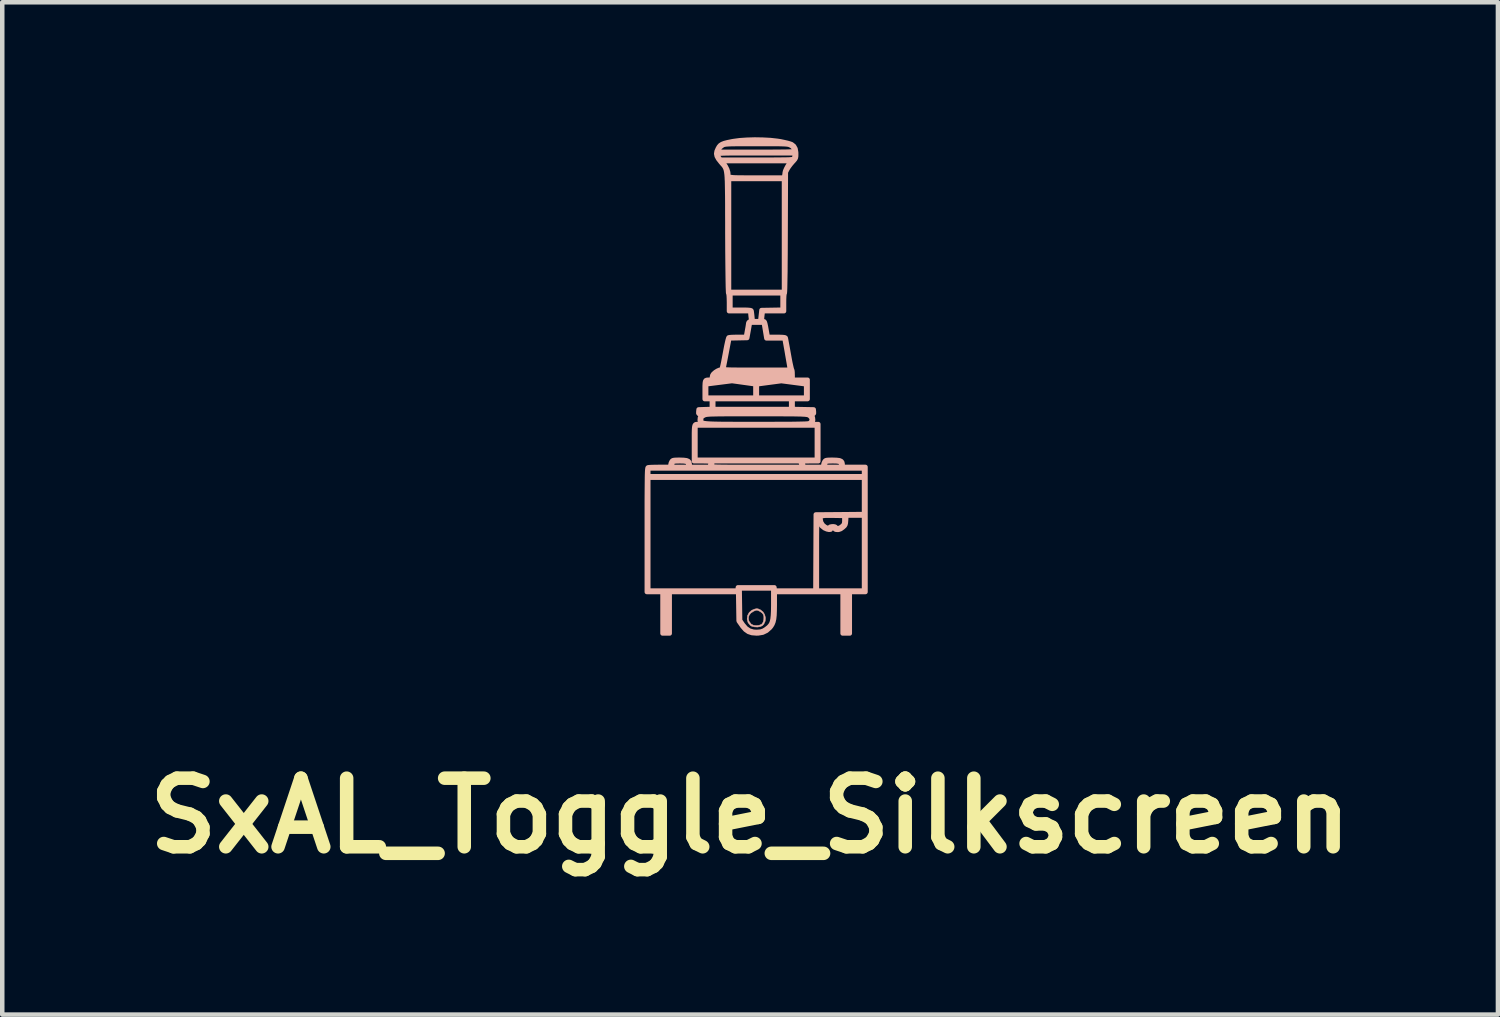
<source format=kicad_pcb>
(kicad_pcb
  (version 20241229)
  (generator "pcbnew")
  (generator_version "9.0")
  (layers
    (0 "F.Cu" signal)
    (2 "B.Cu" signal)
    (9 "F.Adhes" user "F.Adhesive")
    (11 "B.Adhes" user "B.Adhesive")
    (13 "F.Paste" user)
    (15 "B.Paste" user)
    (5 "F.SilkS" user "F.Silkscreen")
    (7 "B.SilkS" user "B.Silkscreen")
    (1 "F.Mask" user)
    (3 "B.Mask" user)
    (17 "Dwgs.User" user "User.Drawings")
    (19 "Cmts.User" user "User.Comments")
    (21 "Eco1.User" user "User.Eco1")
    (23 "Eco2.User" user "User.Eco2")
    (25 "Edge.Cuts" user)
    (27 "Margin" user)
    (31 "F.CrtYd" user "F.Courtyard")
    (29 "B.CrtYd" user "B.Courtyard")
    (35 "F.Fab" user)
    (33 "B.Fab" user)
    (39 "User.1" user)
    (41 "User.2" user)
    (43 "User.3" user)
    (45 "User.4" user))
  (footprint "SxAL_Toggle_Silkscreen"
    (layer "F.Cu")
    (at 13.614 5.673)
    (property "Reference" "SxAL_Toggle_Silkscreen" (at 0 9.4 0) (layer "F.SilkS") (effects (font (size 1.524 1.524) (thickness 0.3))))
    (attr through_hole board_only exclude_from_pos_files exclude_from_bom)
    (fp_poly (pts (xy 0.18 4.804) (xy 0.226 4.824) (xy 0.229 4.825) (xy 0.287 4.871) (xy 0.325 4.933) (xy 0.342 5.004) (xy 0.336 5.076) (xy 0.306 5.141) (xy 0.274 5.176) (xy 0.227 5.198) (xy 0.163 5.208) (xy 0.095 5.204) (xy 0.035 5.188) (xy 0.006 5.171) (xy -0.044 5.11) (xy -0.065 5.037) (xy -0.063 5.015) (xy -0.038 5.015) (xy -0.024 5.078) (xy 0.02 5.137) (xy 0.03 5.146) (xy 0.076 5.168) (xy 0.137 5.175) (xy 0.2 5.169) (xy 0.251 5.149) (xy 0.26 5.143) (xy 0.289 5.101) (xy 0.305 5.041) (xy 0.306 4.977) (xy 0.296 4.934) (xy 0.269 4.896) (xy 0.222 4.862) (xy 0.214 4.858) (xy 0.174 4.839) (xy 0.146 4.833) (xy 0.116 4.841) (xy 0.08 4.856) (xy 0.015 4.898) (xy -0.025 4.953) (xy -0.038 5.015) (xy -0.063 5.015) (xy -0.057 4.959) (xy -0.056 4.953) (xy -0.019 4.884) (xy 0.039 4.835) (xy 0.103 4.808) (xy 0.144 4.8) (xy 0.18 4.804)) (stroke (width 0.01) (type solid)) (fill yes) (layer "B.SilkS"))
    (fp_poly (pts (xy 0.281 -5.62) (xy 0.45 -5.611) (xy 0.603 -5.594) (xy 0.675 -5.583) (xy 0.755 -5.566) (xy 0.829 -5.549) (xy 0.888 -5.532) (xy 0.924 -5.519) (xy 0.924 -5.519) (xy 0.976 -5.478) (xy 1.009 -5.419) (xy 1.023 -5.338) (xy 1.024 -5.302) (xy 1.023 -5.25) (xy 1.016 -5.214) (xy 0.999 -5.183) (xy 0.967 -5.145) (xy 0.946 -5.123) (xy 0.9 -5.069) (xy 0.857 -5.011) (xy 0.831 -4.969) (xy 0.794 -4.897) (xy 0.789 -3.552) (xy 0.788 -3.298) (xy 0.787 -3.069) (xy 0.785 -2.864) (xy 0.784 -2.686) (xy 0.781 -2.534) (xy 0.779 -2.41) (xy 0.777 -2.315) (xy 0.774 -2.249) (xy 0.771 -2.213) (xy 0.769 -2.207) (xy 0.763 -2.192) (xy 0.758 -2.149) (xy 0.755 -2.084) (xy 0.754 -2.008) (xy 0.754 -1.81) (xy 0.282 -1.81) (xy 0.272 -1.726) (xy 0.265 -1.66) (xy 0.263 -1.619) (xy 0.268 -1.597) (xy 0.28 -1.589) (xy 0.293 -1.587) (xy 0.308 -1.586) (xy 0.32 -1.578) (xy 0.329 -1.559) (xy 0.339 -1.524) (xy 0.351 -1.468) (xy 0.366 -1.385) (xy 0.392 -1.238) (xy 0.587 -1.238) (xy 0.674 -1.237) (xy 0.734 -1.234) (xy 0.77 -1.229) (xy 0.788 -1.221) (xy 0.791 -1.217) (xy 0.796 -1.195) (xy 0.805 -1.148) (xy 0.818 -1.078) (xy 0.834 -0.992) (xy 0.851 -0.895) (xy 0.858 -0.856) (xy 0.876 -0.756) (xy 0.893 -0.667) (xy 0.909 -0.594) (xy 0.921 -0.542) (xy 0.929 -0.514) (xy 0.931 -0.511) (xy 0.938 -0.493) (xy 0.943 -0.453) (xy 0.944 -0.398) (xy 0.945 -0.396) (xy 0.945 -0.286) (xy 1.278 -0.286) (xy 1.278 0.143) (xy 0.945 0.143) (xy 0.945 0.364) (xy 1.413 0.373) (xy 1.418 0.425) (xy 1.418 0.46) (xy 1.406 0.474) (xy 1.381 0.476) (xy 1.353 0.478) (xy 1.352 0.488) (xy 1.364 0.501) (xy 1.394 0.551) (xy 1.4 0.61) (xy 1.391 0.645) (xy 1.378 0.677) (xy 1.379 0.693) (xy 1.402 0.698) (xy 1.445 0.699) (xy 1.516 0.699) (xy 1.516 1.524) (xy 1.333 1.524) (xy 1.262 1.525) (xy 1.203 1.527) (xy 1.164 1.529) (xy 1.151 1.532) (xy 1.156 1.551) (xy 1.17 1.587) (xy 1.174 1.596) (xy 1.197 1.651) (xy 1.627 1.651) (xy 1.627 1.618) (xy 1.659 1.618) (xy 1.661 1.632) (xy 1.669 1.642) (xy 1.691 1.647) (xy 1.73 1.65) (xy 1.792 1.651) (xy 1.841 1.651) (xy 2.024 1.651) (xy 2.024 1.607) (xy 2.02 1.571) (xy 2.006 1.547) (xy 1.975 1.533) (xy 1.924 1.526) (xy 1.846 1.524) (xy 1.839 1.524) (xy 1.768 1.525) (xy 1.723 1.528) (xy 1.696 1.534) (xy 1.681 1.546) (xy 1.675 1.555) (xy 1.661 1.596) (xy 1.659 1.618) (xy 1.627 1.618) (xy 1.627 1.611) (xy 1.636 1.567) (xy 1.653 1.531) (xy 1.667 1.513) (xy 1.684 1.502) (xy 1.711 1.496) (xy 1.756 1.493) (xy 1.825 1.492) (xy 1.832 1.492) (xy 1.922 1.495) (xy 1.986 1.503) (xy 2.026 1.52) (xy 2.048 1.547) (xy 2.056 1.587) (xy 2.056 1.596) (xy 2.056 1.651) (xy 2.564 1.651) (xy 2.564 4.429) (xy 2.215 4.429) (xy 2.215 5.35) (xy 2.056 5.35) (xy 2.056 4.429) (xy 2.087 4.429) (xy 2.087 5.318) (xy 2.183 5.318) (xy 2.183 4.429) (xy 2.087 4.429) (xy 2.056 4.429) (xy 0.548 4.429) (xy 0.548 4.712) (xy 0.546 4.842) (xy 0.542 4.946) (xy 0.533 5.028) (xy 0.518 5.093) (xy 0.497 5.145) (xy 0.469 5.191) (xy 0.443 5.223) (xy 0.367 5.29) (xy 0.282 5.331) (xy 0.182 5.348) (xy 0.142 5.349) (xy 0.042 5.341) (xy -0.037 5.315) (xy -0.105 5.267) (xy -0.17 5.193) (xy -0.182 5.175) (xy -0.254 5.072) (xy -0.259 4.751) (xy -0.264 4.429) (xy -1.786 4.429) (xy -1.786 5.35) (xy -1.945 5.35) (xy -1.945 4.429) (xy -1.913 4.429) (xy -1.913 5.318) (xy -1.818 5.318) (xy -1.818 4.429) (xy -1.913 4.429) (xy -1.945 4.429) (xy -2.294 4.429) (xy -2.294 3.05) (xy -2.294 2.807) (xy -2.294 2.595) (xy -2.294 2.41) (xy -2.293 2.251) (xy -2.292 2.116) (xy -2.291 2.003) (xy -2.29 1.911) (xy -2.29 1.889) (xy -2.262 1.889) (xy -2.262 4.397) (xy -0.28 4.397) (xy -0.273 4.35) (xy -0.232 4.35) (xy -0.227 4.705) (xy -0.222 5.061) (xy -0.159 5.154) (xy -0.091 5.234) (xy -0.015 5.286) (xy 0.074 5.312) (xy 0.143 5.317) (xy 0.235 5.31) (xy 0.301 5.287) (xy 0.354 5.254) (xy 0.406 5.213) (xy 0.416 5.204) (xy 0.447 5.17) (xy 0.471 5.132) (xy 0.488 5.086) (xy 0.501 5.027) (xy 0.509 4.951) (xy 0.514 4.854) (xy 0.516 4.732) (xy 0.516 4.672) (xy 0.516 4.35) (xy -0.232 4.35) (xy -0.273 4.35) (xy -0.27 4.326) (xy 0.54 4.326) (xy 0.55 4.397) (xy 1.452 4.397) (xy 1.456 3.564) (xy 1.484 3.564) (xy 1.484 4.397) (xy 2.532 4.397) (xy 2.532 2.731) (xy 2.139 2.731) (xy 2.132 2.836) (xy 2.127 2.895) (xy 2.118 2.932) (xy 2.101 2.961) (xy 2.069 2.99) (xy 2.064 2.995) (xy 2.014 3.031) (xy 1.967 3.047) (xy 1.942 3.048) (xy 1.899 3.044) (xy 1.882 3.03) (xy 1.881 3.024) (xy 1.867 3.005) (xy 1.841 3) (xy 1.81 3.009) (xy 1.802 3.024) (xy 1.789 3.043) (xy 1.756 3.047) (xy 1.708 3.037) (xy 1.655 3.014) (xy 1.651 3.012) (xy 1.59 2.963) (xy 1.554 2.899) (xy 1.541 2.815) (xy 1.54 2.806) (xy 1.54 2.804) (xy 1.564 2.804) (xy 1.578 2.878) (xy 1.618 2.942) (xy 1.67 2.983) (xy 1.726 3.009) (xy 1.758 3.014) (xy 1.766 2.999) (xy 1.766 2.996) (xy 1.776 2.981) (xy 1.806 2.973) (xy 1.845 2.97) (xy 1.882 2.975) (xy 1.905 2.988) (xy 1.907 2.992) (xy 1.929 3.013) (xy 1.967 3.012) (xy 2.015 2.99) (xy 2.04 2.971) (xy 2.071 2.942) (xy 2.087 2.915) (xy 2.094 2.878) (xy 2.095 2.832) (xy 2.095 2.738) (xy 1.852 2.734) (xy 1.749 2.733) (xy 1.674 2.734) (xy 1.622 2.739) (xy 1.59 2.749) (xy 1.572 2.764) (xy 1.565 2.786) (xy 1.564 2.804) (xy 1.54 2.804) (xy 1.538 2.759) (xy 1.529 2.736) (xy 1.512 2.731) (xy 1.506 2.732) (xy 1.501 2.738) (xy 1.496 2.752) (xy 1.493 2.775) (xy 1.49 2.81) (xy 1.488 2.86) (xy 1.487 2.927) (xy 1.486 3.015) (xy 1.485 3.124) (xy 1.484 3.258) (xy 1.484 3.42) (xy 1.484 3.564) (xy 1.456 3.564) (xy 1.46 2.707) (xy 1.996 2.703) (xy 2.532 2.698) (xy 2.532 1.889) (xy -2.262 1.889) (xy -2.29 1.889) (xy -2.289 1.836) (xy -2.287 1.778) (xy -2.285 1.734) (xy -2.282 1.702) (xy -2.279 1.683) (xy -2.262 1.683) (xy -2.262 1.857) (xy 2.532 1.857) (xy 2.532 1.683) (xy -2.262 1.683) (xy -2.279 1.683) (xy -2.279 1.681) (xy -2.275 1.668) (xy -2.271 1.662) (xy -2.269 1.661) (xy -2.245 1.657) (xy -2.195 1.654) (xy -2.126 1.652) (xy -2.045 1.651) (xy -2.007 1.651) (xy -1.77 1.651) (xy -1.77 1.618) (xy -1.738 1.618) (xy -1.737 1.632) (xy -1.728 1.642) (xy -1.707 1.647) (xy -1.668 1.65) (xy -1.605 1.651) (xy -1.556 1.651) (xy -1.373 1.651) (xy -1.373 1.607) (xy -1.377 1.571) (xy -1.391 1.547) (xy -1.422 1.533) (xy -1.473 1.526) (xy -1.551 1.524) (xy -1.558 1.524) (xy -1.629 1.525) (xy -1.674 1.528) (xy -1.701 1.534) (xy -1.716 1.546) (xy -1.722 1.555) (xy -1.736 1.596) (xy -1.738 1.618) (xy -1.77 1.618) (xy -1.77 1.611) (xy -1.761 1.567) (xy -1.744 1.531) (xy -1.731 1.513) (xy -1.714 1.502) (xy -1.686 1.496) (xy -1.641 1.493) (xy -1.572 1.492) (xy -1.565 1.492) (xy -1.475 1.495) (xy -1.412 1.503) (xy -1.371 1.52) (xy -1.349 1.547) (xy -1.342 1.587) (xy -1.341 1.596) (xy -1.341 1.651) (xy -0.9 1.651) (xy -0.891 1.626) (xy -0.859 1.626) (xy -0.859 1.631) (xy -0.852 1.635) (xy -0.838 1.639) (xy -0.813 1.642) (xy -0.775 1.645) (xy -0.722 1.647) (xy -0.652 1.648) (xy -0.562 1.649) (xy -0.451 1.65) (xy -0.316 1.651) (xy -0.155 1.651) (xy 0.035 1.651) (xy 0.148 1.651) (xy 1.164 1.651) (xy 1.139 1.587) (xy 1.114 1.524) (xy -0.83 1.524) (xy -0.84 1.562) (xy -0.851 1.603) (xy -0.859 1.626) (xy -0.891 1.626) (xy -0.883 1.601) (xy -0.871 1.563) (xy -0.865 1.538) (xy -0.865 1.538) (xy -0.88 1.532) (xy -0.921 1.528) (xy -0.981 1.525) (xy -1.054 1.524) (xy -1.246 1.524) (xy -1.246 1.121) (xy -1.246 0.994) (xy -1.246 0.896) (xy -1.244 0.822) (xy -1.24 0.769) (xy -1.233 0.734) (xy -1.231 0.73) (xy -1.214 0.73) (xy -1.214 1.492) (xy 1.484 1.492) (xy 1.484 0.73) (xy -1.214 0.73) (xy -1.231 0.73) (xy -1.222 0.713) (xy -1.206 0.702) (xy -1.184 0.699) (xy -1.155 0.698) (xy -1.141 0.699) (xy -1.106 0.697) (xy -1.095 0.687) (xy -1.103 0.668) (xy -1.118 0.614) (xy -1.088 0.614) (xy -1.087 0.63) (xy -1.083 0.644) (xy -1.074 0.656) (xy -1.058 0.666) (xy -1.032 0.675) (xy -0.995 0.681) (xy -0.944 0.686) (xy -0.878 0.69) (xy -0.794 0.693) (xy -0.691 0.695) (xy -0.565 0.697) (xy -0.416 0.697) (xy -0.241 0.698) (xy -0.037 0.698) (xy 0.138 0.698) (xy 0.377 0.698) (xy 0.585 0.697) (xy 0.764 0.697) (xy 0.915 0.696) (xy 1.04 0.694) (xy 1.14 0.692) (xy 1.217 0.69) (xy 1.271 0.687) (xy 1.304 0.683) (xy 1.317 0.68) (xy 1.357 0.648) (xy 1.372 0.605) (xy 1.363 0.56) (xy 1.329 0.52) (xy 1.302 0.503) (xy 1.289 0.498) (xy 1.271 0.493) (xy 1.248 0.49) (xy 1.215 0.486) (xy 1.172 0.484) (xy 1.116 0.481) (xy 1.044 0.48) (xy 0.954 0.478) (xy 0.844 0.478) (xy 0.711 0.477) (xy 0.554 0.477) (xy 0.37 0.476) (xy 0.156 0.476) (xy 0.142 0.476) (xy -0.072 0.476) (xy -0.257 0.476) (xy -0.414 0.477) (xy -0.547 0.477) (xy -0.657 0.478) (xy -0.748 0.479) (xy -0.82 0.481) (xy -0.877 0.482) (xy -0.921 0.485) (xy -0.954 0.488) (xy -0.978 0.492) (xy -0.996 0.496) (xy -1.011 0.502) (xy -1.024 0.508) (xy -1.025 0.508) (xy -1.065 0.532) (xy -1.083 0.556) (xy -1.087 0.592) (xy -1.087 0.595) (xy -1.088 0.614) (xy -1.118 0.614) (xy -1.118 0.613) (xy -1.113 0.556) (xy -1.089 0.51) (xy -1.087 0.508) (xy -1.056 0.476) (xy -1.104 0.476) (xy -1.137 0.473) (xy -1.149 0.458) (xy -1.148 0.425) (xy -1.148 0.421) (xy -1.119 0.421) (xy -1.116 0.425) (xy -1.107 0.429) (xy -1.088 0.432) (xy -1.058 0.435) (xy -1.015 0.437) (xy -0.958 0.439) (xy -0.883 0.441) (xy -0.79 0.442) (xy -0.675 0.443) (xy -0.538 0.444) (xy -0.375 0.444) (xy -0.186 0.444) (xy 0.032 0.444) (xy 0.135 0.445) (xy 0.366 0.444) (xy 0.567 0.444) (xy 0.741 0.444) (xy 0.889 0.443) (xy 1.013 0.443) (xy 1.115 0.441) (xy 1.198 0.44) (xy 1.262 0.438) (xy 1.311 0.436) (xy 1.346 0.433) (xy 1.37 0.43) (xy 1.383 0.427) (xy 1.389 0.423) (xy 1.389 0.421) (xy 1.386 0.416) (xy 1.376 0.412) (xy 1.358 0.409) (xy 1.328 0.406) (xy 1.285 0.404) (xy 1.227 0.402) (xy 1.153 0.401) (xy 1.059 0.399) (xy 0.945 0.398) (xy 0.807 0.398) (xy 0.645 0.397) (xy 0.456 0.397) (xy 0.238 0.397) (xy 0.135 0.397) (xy -0.096 0.397) (xy -0.298 0.397) (xy -0.471 0.397) (xy -0.619 0.398) (xy -0.743 0.399) (xy -0.845 0.4) (xy -0.928 0.401) (xy -0.993 0.403) (xy -1.041 0.405) (xy -1.077 0.408) (xy -1.1 0.411) (xy -1.113 0.415) (xy -1.119 0.419) (xy -1.119 0.421) (xy -1.148 0.421) (xy -1.143 0.373) (xy -0.996 0.368) (xy -0.849 0.364) (xy -0.849 0.143) (xy -0.818 0.143) (xy -0.818 0.365) (xy 0.913 0.365) (xy 0.913 0.143) (xy -0.818 0.143) (xy -0.849 0.143) (xy -1.008 0.143) (xy -1.008 -0.062) (xy -1.008 -0.15) (xy -1.006 -0.185) (xy -0.976 -0.185) (xy -0.976 0.111) (xy 0.119 0.111) (xy 0.119 -0.185) (xy 0.151 -0.185) (xy 0.151 0.111) (xy 1.246 0.111) (xy 1.246 -0.185) (xy 0.97 -0.221) (xy 0.765 -0.248) (xy 1.061 -0.248) (xy 1.063 -0.245) (xy 1.09 -0.239) (xy 1.095 -0.238) (xy 1.172 -0.227) (xy 1.223 -0.226) (xy 1.245 -0.234) (xy 1.246 -0.238) (xy 1.231 -0.246) (xy 1.192 -0.251) (xy 1.139 -0.252) (xy 1.085 -0.25) (xy 1.061 -0.248) (xy 0.765 -0.248) (xy 0.694 -0.257) (xy 0.422 -0.221) (xy 0.151 -0.185) (xy 0.119 -0.185) (xy 0.119 -0.186) (xy -0.141 -0.222) (xy -0.298 -0.244) (xy -0.025 -0.244) (xy -0.023 -0.24) (xy -0.016 -0.238) (xy 0.078 -0.228) (xy 0.183 -0.227) (xy 0.279 -0.235) (xy 0.294 -0.237) (xy 0.313 -0.242) (xy 0.306 -0.246) (xy 0.271 -0.248) (xy 0.206 -0.25) (xy 0.143 -0.25) (xy 0.06 -0.249) (xy 0.003 -0.247) (xy -0.025 -0.244) (xy -0.298 -0.244) (xy -0.402 -0.258) (xy -0.976 -0.185) (xy -1.006 -0.185) (xy -1.005 -0.211) (xy -1.001 -0.237) (xy -0.976 -0.237) (xy -0.963 -0.228) (xy -0.92 -0.227) (xy -0.869 -0.231) (xy -0.814 -0.237) (xy -0.774 -0.243) (xy -0.755 -0.248) (xy -0.755 -0.248) (xy -0.767 -0.251) (xy -0.802 -0.253) (xy -0.855 -0.254) (xy -0.863 -0.254) (xy -0.926 -0.252) (xy -0.965 -0.245) (xy -0.976 -0.237) (xy -1.001 -0.237) (xy -0.998 -0.251) (xy -0.985 -0.273) (xy -0.962 -0.283) (xy -0.928 -0.286) (xy -0.905 -0.286) (xy -0.869 -0.288) (xy -0.853 -0.303) (xy -0.847 -0.338) (xy -0.846 -0.345) (xy -0.839 -0.381) (xy -0.818 -0.381) (xy -0.818 -0.286) (xy 0.913 -0.286) (xy 0.913 -0.381) (xy -0.818 -0.381) (xy -0.839 -0.381) (xy -0.838 -0.385) (xy -0.82 -0.413) (xy -0.774 -0.413) (xy 0.069 -0.413) (xy 0.254 -0.413) (xy 0.41 -0.413) (xy 0.539 -0.413) (xy 0.644 -0.414) (xy 0.727 -0.415) (xy 0.791 -0.416) (xy 0.838 -0.419) (xy 0.871 -0.421) (xy 0.893 -0.425) (xy 0.905 -0.429) (xy 0.911 -0.435) (xy 0.913 -0.441) (xy 0.913 -0.445) (xy 0.912 -0.452) (xy 0.908 -0.458) (xy 0.899 -0.463) (xy 0.882 -0.466) (xy 0.854 -0.47) (xy 0.812 -0.472) (xy 0.755 -0.474) (xy 0.679 -0.475) (xy 0.582 -0.476) (xy 0.462 -0.476) (xy 0.315 -0.476) (xy 0.14 -0.476) (xy 0.11 -0.476) (xy -0.071 -0.476) (xy -0.222 -0.476) (xy -0.347 -0.476) (xy -0.449 -0.475) (xy -0.529 -0.474) (xy -0.591 -0.472) (xy -0.638 -0.469) (xy -0.672 -0.466) (xy -0.696 -0.462) (xy -0.713 -0.457) (xy -0.725 -0.451) (xy -0.734 -0.445) (xy -0.774 -0.413) (xy -0.82 -0.413) (xy -0.816 -0.418) (xy -0.774 -0.455) (xy -0.773 -0.456) (xy -0.727 -0.485) (xy -0.685 -0.504) (xy -0.667 -0.508) (xy -0.655 -0.508) (xy -0.645 -0.511) (xy -0.636 -0.519) (xy -0.63 -0.532) (xy -0.592 -0.532) (xy -0.59 -0.526) (xy -0.581 -0.521) (xy -0.564 -0.517) (xy -0.535 -0.514) (xy -0.492 -0.512) (xy -0.433 -0.51) (xy -0.354 -0.509) (xy -0.253 -0.508) (xy -0.127 -0.508) (xy 0.027 -0.508) (xy 0.143 -0.508) (xy 0.885 -0.508) (xy 0.875 -0.575) (xy 0.869 -0.613) (xy 0.858 -0.676) (xy 0.844 -0.756) (xy 0.828 -0.848) (xy 0.815 -0.925) (xy 0.765 -1.206) (xy 0.363 -1.206) (xy 0.305 -1.556) (xy -0.003 -1.556) (xy -0.033 -1.385) (xy -0.064 -1.214) (xy -0.263 -1.21) (xy -0.462 -1.206) (xy -0.522 -0.888) (xy -0.541 -0.79) (xy -0.558 -0.701) (xy -0.573 -0.626) (xy -0.584 -0.571) (xy -0.59 -0.542) (xy -0.591 -0.539) (xy -0.592 -0.532) (xy -0.63 -0.532) (xy -0.627 -0.538) (xy -0.618 -0.568) (xy -0.607 -0.616) (xy -0.593 -0.682) (xy -0.576 -0.772) (xy -0.554 -0.889) (xy -0.545 -0.937) (xy -0.528 -1.027) (xy -0.511 -1.106) (xy -0.496 -1.17) (xy -0.484 -1.211) (xy -0.477 -1.226) (xy -0.455 -1.231) (xy -0.409 -1.235) (xy -0.345 -1.237) (xy -0.276 -1.238) (xy -0.091 -1.238) (xy -0.066 -1.379) (xy -0.054 -1.445) (xy -0.045 -1.501) (xy -0.04 -1.537) (xy -0.04 -1.545) (xy -0.026 -1.569) (xy -0.006 -1.58) (xy 0.014 -1.59) (xy 0.022 -1.61) (xy 0.02 -1.649) (xy 0.018 -1.663) (xy 0.012 -1.716) (xy 0.008 -1.762) (xy 0.008 -1.772) (xy 0.008 -1.81) (xy -0.468 -1.81) (xy -0.468 -2.008) (xy -0.47 -2.09) (xy -0.473 -2.153) (xy -0.478 -2.193) (xy -0.484 -2.207) (xy -0.437 -2.207) (xy -0.437 -1.841) (xy -0.206 -1.841) (xy -0.108 -1.841) (xy -0.039 -1.838) (xy 0.005 -1.833) (xy 0.027 -1.826) (xy 0.031 -1.822) (xy 0.036 -1.796) (xy 0.042 -1.75) (xy 0.048 -1.695) (xy 0.058 -1.587) (xy 0.226 -1.587) (xy 0.24 -1.711) (xy 0.254 -1.834) (xy 0.488 -1.838) (xy 0.722 -1.842) (xy 0.722 -2.207) (xy -0.437 -2.207) (xy -0.484 -2.207) (xy -0.487 -2.222) (xy -0.489 -2.269) (xy -0.492 -2.345) (xy -0.494 -2.45) (xy -0.496 -2.584) (xy -0.498 -2.744) (xy -0.5 -2.93) (xy -0.502 -3.141) (xy -0.503 -3.376) (xy -0.504 -3.552) (xy -0.504 -3.794) (xy -0.505 -4.007) (xy -0.505 -4.192) (xy -0.506 -4.352) (xy -0.508 -4.489) (xy -0.51 -4.604) (xy -0.512 -4.701) (xy -0.515 -4.747) (xy -0.468 -4.747) (xy -0.468 -2.238) (xy 0.754 -2.238) (xy 0.754 -4.747) (xy -0.468 -4.747) (xy -0.515 -4.747) (xy -0.516 -4.781) (xy -0.521 -4.846) (xy -0.528 -4.899) (xy -0.536 -4.941) (xy -0.546 -4.975) (xy -0.559 -5.003) (xy -0.573 -5.027) (xy -0.59 -5.05) (xy -0.61 -5.072) (xy -0.632 -5.097) (xy -0.651 -5.119) (xy -0.67 -5.144) (xy -0.63 -5.144) (xy -0.586 -5.092) (xy -0.542 -5.029) (xy -0.508 -4.961) (xy -0.488 -4.897) (xy -0.485 -4.871) (xy -0.485 -4.848) (xy -0.484 -4.829) (xy -0.479 -4.813) (xy -0.467 -4.802) (xy -0.445 -4.793) (xy -0.411 -4.787) (xy -0.36 -4.782) (xy -0.292 -4.78) (xy -0.201 -4.779) (xy -0.087 -4.778) (xy 0.055 -4.778) (xy 0.143 -4.778) (xy 0.75 -4.778) (xy 0.76 -4.814) (xy 0.768 -4.859) (xy 0.77 -4.883) (xy 0.778 -4.92) (xy 0.8 -4.972) (xy 0.83 -5.029) (xy 0.863 -5.08) (xy 0.885 -5.108) (xy 0.918 -5.144) (xy -0.63 -5.144) (xy -0.67 -5.144) (xy -0.708 -5.192) (xy -0.741 -5.253) (xy -0.748 -5.289) (xy -0.722 -5.289) (xy -0.713 -5.256) (xy -0.69 -5.218) (xy -0.689 -5.217) (xy -0.657 -5.175) (xy 0.151 -5.175) (xy 0.332 -5.175) (xy 0.484 -5.175) (xy 0.609 -5.176) (xy 0.711 -5.177) (xy 0.791 -5.178) (xy 0.852 -5.179) (xy 0.898 -5.182) (xy 0.93 -5.185) (xy 0.951 -5.189) (xy 0.964 -5.194) (xy 0.971 -5.199) (xy 0.976 -5.206) (xy 0.989 -5.246) (xy 0.992 -5.277) (xy 0.992 -5.318) (xy 0.135 -5.318) (xy -0.052 -5.318) (xy -0.209 -5.318) (xy -0.34 -5.318) (xy -0.446 -5.317) (xy -0.531 -5.316) (xy -0.596 -5.314) (xy -0.645 -5.312) (xy -0.679 -5.309) (xy -0.701 -5.306) (xy -0.714 -5.302) (xy -0.721 -5.296) (xy -0.722 -5.29) (xy -0.722 -5.289) (xy -0.748 -5.289) (xy -0.752 -5.308) (xy -0.745 -5.35) (xy -0.722 -5.35) (xy 0.135 -5.35) (xy 0.323 -5.35) (xy 0.482 -5.35) (xy 0.613 -5.351) (xy 0.721 -5.352) (xy 0.806 -5.353) (xy 0.872 -5.355) (xy 0.92 -5.357) (xy 0.954 -5.36) (xy 0.976 -5.363) (xy 0.988 -5.368) (xy 0.992 -5.373) (xy 0.992 -5.375) (xy 0.977 -5.427) (xy 0.931 -5.473) (xy 0.897 -5.493) (xy 0.881 -5.5) (xy 0.863 -5.507) (xy 0.84 -5.512) (xy 0.809 -5.516) (xy 0.768 -5.519) (xy 0.713 -5.521) (xy 0.641 -5.523) (xy 0.548 -5.524) (xy 0.433 -5.524) (xy 0.292 -5.524) (xy 0.143 -5.524) (xy -0.024 -5.524) (xy -0.163 -5.524) (xy -0.275 -5.524) (xy -0.365 -5.522) (xy -0.436 -5.521) (xy -0.489 -5.518) (xy -0.529 -5.515) (xy -0.559 -5.511) (xy -0.581 -5.506) (xy -0.598 -5.499) (xy -0.608 -5.494) (xy -0.664 -5.451) (xy -0.695 -5.407) (xy -0.722 -5.35) (xy -0.745 -5.35) (xy -0.742 -5.366) (xy -0.717 -5.423) (xy -0.693 -5.465) (xy -0.664 -5.498) (xy -0.625 -5.523) (xy -0.572 -5.544) (xy -0.499 -5.563) (xy -0.468 -5.569) (xy -0.258 -5.569) (xy -0.232 -5.566) (xy -0.178 -5.563) (xy -0.096 -5.561) (xy 0.01 -5.56) (xy 0.135 -5.56) (xy 0.248 -5.56) (xy 0.348 -5.562) (xy 0.431 -5.563) (xy 0.493 -5.566) (xy 0.531 -5.568) (xy 0.542 -5.571) (xy 0.54 -5.572) (xy 0.506 -5.576) (xy 0.447 -5.58) (xy 0.368 -5.582) (xy 0.275 -5.584) (xy 0.175 -5.585) (xy 0.072 -5.585) (xy -0.027 -5.584) (xy -0.115 -5.582) (xy -0.188 -5.579) (xy -0.238 -5.575) (xy -0.254 -5.573) (xy -0.258 -5.569) (xy -0.468 -5.569) (xy -0.4 -5.583) (xy -0.371 -5.588) (xy -0.231 -5.607) (xy -0.069 -5.618) (xy 0.105 -5.623) (xy 0.281 -5.62)) (stroke (width 0.1) (type solid)) (fill yes) (layer "B.SilkS")))
  (gr_rect
    (start -3 -3)
    (end 30.229 19.491)
    (stroke (width 0.1) (type default))
    (fill no)
    (layer "Edge.Cuts")))
</source>
